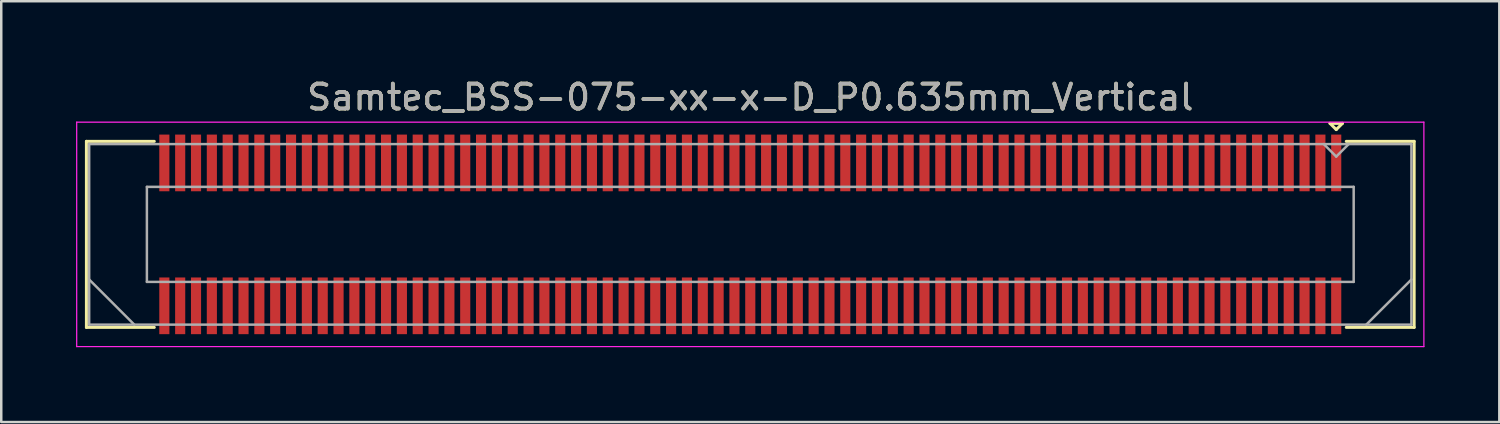
<source format=kicad_pcb>
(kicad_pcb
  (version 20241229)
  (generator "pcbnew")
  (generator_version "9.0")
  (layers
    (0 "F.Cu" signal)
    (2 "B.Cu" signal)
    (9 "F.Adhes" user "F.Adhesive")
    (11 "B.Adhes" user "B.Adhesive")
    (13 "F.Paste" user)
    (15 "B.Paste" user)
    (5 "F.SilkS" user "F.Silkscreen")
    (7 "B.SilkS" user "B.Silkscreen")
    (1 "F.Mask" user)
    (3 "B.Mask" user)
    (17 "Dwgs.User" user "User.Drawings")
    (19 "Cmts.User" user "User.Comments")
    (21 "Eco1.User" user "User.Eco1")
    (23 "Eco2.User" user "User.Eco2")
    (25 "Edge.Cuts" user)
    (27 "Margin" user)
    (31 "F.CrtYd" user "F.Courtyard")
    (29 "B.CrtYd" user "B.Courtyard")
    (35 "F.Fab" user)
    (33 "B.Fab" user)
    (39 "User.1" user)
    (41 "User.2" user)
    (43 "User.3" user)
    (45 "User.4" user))
  (footprint "Samtec_BSS-075-xx-x-D_P0.635mm_Vertical"
    (layer "F.Cu")
    (at 27.035 6.348)
    (property "Reference" "Samtec_BSS-075-xx-x-D_P0.635mm_Vertical" (at 0 -5.5 0) (layer "F.SilkS") (effects (font (size 1 1) (thickness 0.15))))
    (attr smd)
    (fp_line (start -26.62 -3.73) (end -23.898 -3.73) (stroke (width 0.12) (type solid)) (layer "F.SilkS"))
    (fp_line (start -26.62 3.73) (end -26.62 -3.73) (stroke (width 0.12) (type solid)) (layer "F.SilkS"))
    (fp_line (start -23.898 3.73) (end -26.62 3.73) (stroke (width 0.12) (type solid)) (layer "F.SilkS"))
    (fp_line (start 23.245 -4.452) (end 23.745 -4.452) (stroke (width 0.12) (type solid)) (layer "F.SilkS"))
    (fp_line (start 23.495 -4.202) (end 23.245 -4.452) (stroke (width 0.12) (type solid)) (layer "F.SilkS"))
    (fp_line (start 23.745 -4.452) (end 23.495 -4.202) (stroke (width 0.12) (type solid)) (layer "F.SilkS"))
    (fp_line (start 23.898 3.73) (end 26.62 3.73) (stroke (width 0.12) (type solid)) (layer "F.SilkS"))
    (fp_line (start 26.62 -3.73) (end 23.898 -3.73) (stroke (width 0.12) (type solid)) (layer "F.SilkS"))
    (fp_line (start 26.62 3.73) (end 26.62 -3.73) (stroke (width 0.12) (type solid)) (layer "F.SilkS"))
    (fp_line (start -27.01 -4.5) (end -27.01 4.5) (stroke (width 0.05) (type solid)) (layer "F.CrtYd"))
    (fp_line (start -27.01 4.5) (end 27.01 4.5) (stroke (width 0.05) (type solid)) (layer "F.CrtYd"))
    (fp_line (start 27.01 -4.5) (end -27.01 -4.5) (stroke (width 0.05) (type solid)) (layer "F.CrtYd"))
    (fp_line (start 27.01 4.5) (end 27.01 -4.5) (stroke (width 0.05) (type solid)) (layer "F.CrtYd"))
    (fp_line (start -26.51 -3.62) (end -26.51 3.62) (stroke (width 0.1) (type solid)) (layer "F.Fab"))
    (fp_line (start -26.51 1.81) (end -24.7 3.62) (stroke (width 0.1) (type solid)) (layer "F.Fab"))
    (fp_line (start -26.51 3.62) (end 26.51 3.62) (stroke (width 0.1) (type solid)) (layer "F.Fab"))
    (fp_line (start -24.195 -1.905) (end -24.195 1.905) (stroke (width 0.1) (type solid)) (layer "F.Fab"))
    (fp_line (start -24.195 1.905) (end 24.195 1.905) (stroke (width 0.1) (type solid)) (layer "F.Fab"))
    (fp_line (start 23.495 -3.12) (end 22.995 -3.62) (stroke (width 0.1) (type solid)) (layer "F.Fab"))
    (fp_line (start 23.995 -3.62) (end 23.495 -3.12) (stroke (width 0.1) (type solid)) (layer "F.Fab"))
    (fp_line (start 24.195 -1.905) (end -24.195 -1.905) (stroke (width 0.1) (type solid)) (layer "F.Fab"))
    (fp_line (start 24.195 1.905) (end 24.195 -1.905) (stroke (width 0.1) (type solid)) (layer "F.Fab"))
    (fp_line (start 26.51 -3.62) (end -26.51 -3.62) (stroke (width 0.1) (type solid)) (layer "F.Fab"))
    (fp_line (start 26.51 1.81) (end 24.7 3.62) (stroke (width 0.1) (type solid)) (layer "F.Fab"))
    (fp_line (start 26.51 3.62) (end 26.51 -3.62) (stroke (width 0.1) (type solid)) (layer "F.Fab"))
    (fp_text user "${REFERENCE}" (at 0 -5.5 0) (layer "F.Fab") (effects (font (size 1 1) (thickness 0.15))))
    (pad "1" smd rect (at 23.495 -2.865) (size 0.406 2.273) (layers "F.Cu" "F.Mask" "F.Paste"))
    (pad "2" smd rect (at 23.495 2.865) (size 0.406 2.273) (layers "F.Cu" "F.Mask" "F.Paste"))
    (pad "3" smd rect (at 22.86 -2.865) (size 0.406 2.273) (layers "F.Cu" "F.Mask" "F.Paste"))
    (pad "4" smd rect (at 22.86 2.865) (size 0.406 2.273) (layers "F.Cu" "F.Mask" "F.Paste"))
    (pad "5" smd rect (at 22.225 -2.865) (size 0.406 2.273) (layers "F.Cu" "F.Mask" "F.Paste"))
    (pad "6" smd rect (at 22.225 2.865) (size 0.406 2.273) (layers "F.Cu" "F.Mask" "F.Paste"))
    (pad "7" smd rect (at 21.59 -2.865) (size 0.406 2.273) (layers "F.Cu" "F.Mask" "F.Paste"))
    (pad "8" smd rect (at 21.59 2.865) (size 0.406 2.273) (layers "F.Cu" "F.Mask" "F.Paste"))
    (pad "9" smd rect (at 20.955 -2.865) (size 0.406 2.273) (layers "F.Cu" "F.Mask" "F.Paste"))
    (pad "10" smd rect (at 20.955 2.865) (size 0.406 2.273) (layers "F.Cu" "F.Mask" "F.Paste"))
    (pad "11" smd rect (at 20.32 -2.865) (size 0.406 2.273) (layers "F.Cu" "F.Mask" "F.Paste"))
    (pad "12" smd rect (at 20.32 2.865) (size 0.406 2.273) (layers "F.Cu" "F.Mask" "F.Paste"))
    (pad "13" smd rect (at 19.685 -2.865) (size 0.406 2.273) (layers "F.Cu" "F.Mask" "F.Paste"))
    (pad "14" smd rect (at 19.685 2.865) (size 0.406 2.273) (layers "F.Cu" "F.Mask" "F.Paste"))
    (pad "15" smd rect (at 19.05 -2.865) (size 0.406 2.273) (layers "F.Cu" "F.Mask" "F.Paste"))
    (pad "16" smd rect (at 19.05 2.865) (size 0.406 2.273) (layers "F.Cu" "F.Mask" "F.Paste"))
    (pad "17" smd rect (at 18.415 -2.865) (size 0.406 2.273) (layers "F.Cu" "F.Mask" "F.Paste"))
    (pad "18" smd rect (at 18.415 2.865) (size 0.406 2.273) (layers "F.Cu" "F.Mask" "F.Paste"))
    (pad "19" smd rect (at 17.78 -2.865) (size 0.406 2.273) (layers "F.Cu" "F.Mask" "F.Paste"))
    (pad "20" smd rect (at 17.78 2.865) (size 0.406 2.273) (layers "F.Cu" "F.Mask" "F.Paste"))
    (pad "21" smd rect (at 17.145 -2.865) (size 0.406 2.273) (layers "F.Cu" "F.Mask" "F.Paste"))
    (pad "22" smd rect (at 17.145 2.865) (size 0.406 2.273) (layers "F.Cu" "F.Mask" "F.Paste"))
    (pad "23" smd rect (at 16.51 -2.865) (size 0.406 2.273) (layers "F.Cu" "F.Mask" "F.Paste"))
    (pad "24" smd rect (at 16.51 2.865) (size 0.406 2.273) (layers "F.Cu" "F.Mask" "F.Paste"))
    (pad "25" smd rect (at 15.875 -2.865) (size 0.406 2.273) (layers "F.Cu" "F.Mask" "F.Paste"))
    (pad "26" smd rect (at 15.875 2.865) (size 0.406 2.273) (layers "F.Cu" "F.Mask" "F.Paste"))
    (pad "27" smd rect (at 15.24 -2.865) (size 0.406 2.273) (layers "F.Cu" "F.Mask" "F.Paste"))
    (pad "28" smd rect (at 15.24 2.865) (size 0.406 2.273) (layers "F.Cu" "F.Mask" "F.Paste"))
    (pad "29" smd rect (at 14.605 -2.865) (size 0.406 2.273) (layers "F.Cu" "F.Mask" "F.Paste"))
    (pad "30" smd rect (at 14.605 2.865) (size 0.406 2.273) (layers "F.Cu" "F.Mask" "F.Paste"))
    (pad "31" smd rect (at 13.97 -2.865) (size 0.406 2.273) (layers "F.Cu" "F.Mask" "F.Paste"))
    (pad "32" smd rect (at 13.97 2.865) (size 0.406 2.273) (layers "F.Cu" "F.Mask" "F.Paste"))
    (pad "33" smd rect (at 13.335 -2.865) (size 0.406 2.273) (layers "F.Cu" "F.Mask" "F.Paste"))
    (pad "34" smd rect (at 13.335 2.865) (size 0.406 2.273) (layers "F.Cu" "F.Mask" "F.Paste"))
    (pad "35" smd rect (at 12.7 -2.865) (size 0.406 2.273) (layers "F.Cu" "F.Mask" "F.Paste"))
    (pad "36" smd rect (at 12.7 2.865) (size 0.406 2.273) (layers "F.Cu" "F.Mask" "F.Paste"))
    (pad "37" smd rect (at 12.065 -2.865) (size 0.406 2.273) (layers "F.Cu" "F.Mask" "F.Paste"))
    (pad "38" smd rect (at 12.065 2.865) (size 0.406 2.273) (layers "F.Cu" "F.Mask" "F.Paste"))
    (pad "39" smd rect (at 11.43 -2.865) (size 0.406 2.273) (layers "F.Cu" "F.Mask" "F.Paste"))
    (pad "40" smd rect (at 11.43 2.865) (size 0.406 2.273) (layers "F.Cu" "F.Mask" "F.Paste"))
    (pad "41" smd rect (at 10.795 -2.865) (size 0.406 2.273) (layers "F.Cu" "F.Mask" "F.Paste"))
    (pad "42" smd rect (at 10.795 2.865) (size 0.406 2.273) (layers "F.Cu" "F.Mask" "F.Paste"))
    (pad "43" smd rect (at 10.16 -2.865) (size 0.406 2.273) (layers "F.Cu" "F.Mask" "F.Paste"))
    (pad "44" smd rect (at 10.16 2.865) (size 0.406 2.273) (layers "F.Cu" "F.Mask" "F.Paste"))
    (pad "45" smd rect (at 9.525 -2.865) (size 0.406 2.273) (layers "F.Cu" "F.Mask" "F.Paste"))
    (pad "46" smd rect (at 9.525 2.865) (size 0.406 2.273) (layers "F.Cu" "F.Mask" "F.Paste"))
    (pad "47" smd rect (at 8.89 -2.865) (size 0.406 2.273) (layers "F.Cu" "F.Mask" "F.Paste"))
    (pad "48" smd rect (at 8.89 2.865) (size 0.406 2.273) (layers "F.Cu" "F.Mask" "F.Paste"))
    (pad "49" smd rect (at 8.255 -2.865) (size 0.406 2.273) (layers "F.Cu" "F.Mask" "F.Paste"))
    (pad "50" smd rect (at 8.255 2.865) (size 0.406 2.273) (layers "F.Cu" "F.Mask" "F.Paste"))
    (pad "51" smd rect (at 7.62 -2.865) (size 0.406 2.273) (layers "F.Cu" "F.Mask" "F.Paste"))
    (pad "52" smd rect (at 7.62 2.865) (size 0.406 2.273) (layers "F.Cu" "F.Mask" "F.Paste"))
    (pad "53" smd rect (at 6.985 -2.865) (size 0.406 2.273) (layers "F.Cu" "F.Mask" "F.Paste"))
    (pad "54" smd rect (at 6.985 2.865) (size 0.406 2.273) (layers "F.Cu" "F.Mask" "F.Paste"))
    (pad "55" smd rect (at 6.35 -2.865) (size 0.406 2.273) (layers "F.Cu" "F.Mask" "F.Paste"))
    (pad "56" smd rect (at 6.35 2.865) (size 0.406 2.273) (layers "F.Cu" "F.Mask" "F.Paste"))
    (pad "57" smd rect (at 5.715 -2.865) (size 0.406 2.273) (layers "F.Cu" "F.Mask" "F.Paste"))
    (pad "58" smd rect (at 5.715 2.865) (size 0.406 2.273) (layers "F.Cu" "F.Mask" "F.Paste"))
    (pad "59" smd rect (at 5.08 -2.865) (size 0.406 2.273) (layers "F.Cu" "F.Mask" "F.Paste"))
    (pad "60" smd rect (at 5.08 2.865) (size 0.406 2.273) (layers "F.Cu" "F.Mask" "F.Paste"))
    (pad "61" smd rect (at 4.445 -2.865) (size 0.406 2.273) (layers "F.Cu" "F.Mask" "F.Paste"))
    (pad "62" smd rect (at 4.445 2.865) (size 0.406 2.273) (layers "F.Cu" "F.Mask" "F.Paste"))
    (pad "63" smd rect (at 3.81 -2.865) (size 0.406 2.273) (layers "F.Cu" "F.Mask" "F.Paste"))
    (pad "64" smd rect (at 3.81 2.865) (size 0.406 2.273) (layers "F.Cu" "F.Mask" "F.Paste"))
    (pad "65" smd rect (at 3.175 -2.865) (size 0.406 2.273) (layers "F.Cu" "F.Mask" "F.Paste"))
    (pad "66" smd rect (at 3.175 2.865) (size 0.406 2.273) (layers "F.Cu" "F.Mask" "F.Paste"))
    (pad "67" smd rect (at 2.54 -2.865) (size 0.406 2.273) (layers "F.Cu" "F.Mask" "F.Paste"))
    (pad "68" smd rect (at 2.54 2.865) (size 0.406 2.273) (layers "F.Cu" "F.Mask" "F.Paste"))
    (pad "69" smd rect (at 1.905 -2.865) (size 0.406 2.273) (layers "F.Cu" "F.Mask" "F.Paste"))
    (pad "70" smd rect (at 1.905 2.865) (size 0.406 2.273) (layers "F.Cu" "F.Mask" "F.Paste"))
    (pad "71" smd rect (at 1.27 -2.865) (size 0.406 2.273) (layers "F.Cu" "F.Mask" "F.Paste"))
    (pad "72" smd rect (at 1.27 2.865) (size 0.406 2.273) (layers "F.Cu" "F.Mask" "F.Paste"))
    (pad "73" smd rect (at 0.635 -2.865) (size 0.406 2.273) (layers "F.Cu" "F.Mask" "F.Paste"))
    (pad "74" smd rect (at 0.635 2.865) (size 0.406 2.273) (layers "F.Cu" "F.Mask" "F.Paste"))
    (pad "75" smd rect (at 0 -2.865) (size 0.406 2.273) (layers "F.Cu" "F.Mask" "F.Paste"))
    (pad "76" smd rect (at 0 2.865) (size 0.406 2.273) (layers "F.Cu" "F.Mask" "F.Paste"))
    (pad "77" smd rect (at -0.635 -2.865) (size 0.406 2.273) (layers "F.Cu" "F.Mask" "F.Paste"))
    (pad "78" smd rect (at -0.635 2.865) (size 0.406 2.273) (layers "F.Cu" "F.Mask" "F.Paste"))
    (pad "79" smd rect (at -1.27 -2.865) (size 0.406 2.273) (layers "F.Cu" "F.Mask" "F.Paste"))
    (pad "80" smd rect (at -1.27 2.865) (size 0.406 2.273) (layers "F.Cu" "F.Mask" "F.Paste"))
    (pad "81" smd rect (at -1.905 -2.865) (size 0.406 2.273) (layers "F.Cu" "F.Mask" "F.Paste"))
    (pad "82" smd rect (at -1.905 2.865) (size 0.406 2.273) (layers "F.Cu" "F.Mask" "F.Paste"))
    (pad "83" smd rect (at -2.54 -2.865) (size 0.406 2.273) (layers "F.Cu" "F.Mask" "F.Paste"))
    (pad "84" smd rect (at -2.54 2.865) (size 0.406 2.273) (layers "F.Cu" "F.Mask" "F.Paste"))
    (pad "85" smd rect (at -3.175 -2.865) (size 0.406 2.273) (layers "F.Cu" "F.Mask" "F.Paste"))
    (pad "86" smd rect (at -3.175 2.865) (size 0.406 2.273) (layers "F.Cu" "F.Mask" "F.Paste"))
    (pad "87" smd rect (at -3.81 -2.865) (size 0.406 2.273) (layers "F.Cu" "F.Mask" "F.Paste"))
    (pad "88" smd rect (at -3.81 2.865) (size 0.406 2.273) (layers "F.Cu" "F.Mask" "F.Paste"))
    (pad "89" smd rect (at -4.445 -2.865) (size 0.406 2.273) (layers "F.Cu" "F.Mask" "F.Paste"))
    (pad "90" smd rect (at -4.445 2.865) (size 0.406 2.273) (layers "F.Cu" "F.Mask" "F.Paste"))
    (pad "91" smd rect (at -5.08 -2.865) (size 0.406 2.273) (layers "F.Cu" "F.Mask" "F.Paste"))
    (pad "92" smd rect (at -5.08 2.865) (size 0.406 2.273) (layers "F.Cu" "F.Mask" "F.Paste"))
    (pad "93" smd rect (at -5.715 -2.865) (size 0.406 2.273) (layers "F.Cu" "F.Mask" "F.Paste"))
    (pad "94" smd rect (at -5.715 2.865) (size 0.406 2.273) (layers "F.Cu" "F.Mask" "F.Paste"))
    (pad "95" smd rect (at -6.35 -2.865) (size 0.406 2.273) (layers "F.Cu" "F.Mask" "F.Paste"))
    (pad "96" smd rect (at -6.35 2.865) (size 0.406 2.273) (layers "F.Cu" "F.Mask" "F.Paste"))
    (pad "97" smd rect (at -6.985 -2.865) (size 0.406 2.273) (layers "F.Cu" "F.Mask" "F.Paste"))
    (pad "98" smd rect (at -6.985 2.865) (size 0.406 2.273) (layers "F.Cu" "F.Mask" "F.Paste"))
    (pad "99" smd rect (at -7.62 -2.865) (size 0.406 2.273) (layers "F.Cu" "F.Mask" "F.Paste"))
    (pad "100" smd rect (at -7.62 2.865) (size 0.406 2.273) (layers "F.Cu" "F.Mask" "F.Paste"))
    (pad "101" smd rect (at -8.255 -2.865) (size 0.406 2.273) (layers "F.Cu" "F.Mask" "F.Paste"))
    (pad "102" smd rect (at -8.255 2.865) (size 0.406 2.273) (layers "F.Cu" "F.Mask" "F.Paste"))
    (pad "103" smd rect (at -8.89 -2.865) (size 0.406 2.273) (layers "F.Cu" "F.Mask" "F.Paste"))
    (pad "104" smd rect (at -8.89 2.865) (size 0.406 2.273) (layers "F.Cu" "F.Mask" "F.Paste"))
    (pad "105" smd rect (at -9.525 -2.865) (size 0.406 2.273) (layers "F.Cu" "F.Mask" "F.Paste"))
    (pad "106" smd rect (at -9.525 2.865) (size 0.406 2.273) (layers "F.Cu" "F.Mask" "F.Paste"))
    (pad "107" smd rect (at -10.16 -2.865) (size 0.406 2.273) (layers "F.Cu" "F.Mask" "F.Paste"))
    (pad "108" smd rect (at -10.16 2.865) (size 0.406 2.273) (layers "F.Cu" "F.Mask" "F.Paste"))
    (pad "109" smd rect (at -10.795 -2.865) (size 0.406 2.273) (layers "F.Cu" "F.Mask" "F.Paste"))
    (pad "110" smd rect (at -10.795 2.865) (size 0.406 2.273) (layers "F.Cu" "F.Mask" "F.Paste"))
    (pad "111" smd rect (at -11.43 -2.865) (size 0.406 2.273) (layers "F.Cu" "F.Mask" "F.Paste"))
    (pad "112" smd rect (at -11.43 2.865) (size 0.406 2.273) (layers "F.Cu" "F.Mask" "F.Paste"))
    (pad "113" smd rect (at -12.065 -2.865) (size 0.406 2.273) (layers "F.Cu" "F.Mask" "F.Paste"))
    (pad "114" smd rect (at -12.065 2.865) (size 0.406 2.273) (layers "F.Cu" "F.Mask" "F.Paste"))
    (pad "115" smd rect (at -12.7 -2.865) (size 0.406 2.273) (layers "F.Cu" "F.Mask" "F.Paste"))
    (pad "116" smd rect (at -12.7 2.865) (size 0.406 2.273) (layers "F.Cu" "F.Mask" "F.Paste"))
    (pad "117" smd rect (at -13.335 -2.865) (size 0.406 2.273) (layers "F.Cu" "F.Mask" "F.Paste"))
    (pad "118" smd rect (at -13.335 2.865) (size 0.406 2.273) (layers "F.Cu" "F.Mask" "F.Paste"))
    (pad "119" smd rect (at -13.97 -2.865) (size 0.406 2.273) (layers "F.Cu" "F.Mask" "F.Paste"))
    (pad "120" smd rect (at -13.97 2.865) (size 0.406 2.273) (layers "F.Cu" "F.Mask" "F.Paste"))
    (pad "121" smd rect (at -14.605 -2.865) (size 0.406 2.273) (layers "F.Cu" "F.Mask" "F.Paste"))
    (pad "122" smd rect (at -14.605 2.865) (size 0.406 2.273) (layers "F.Cu" "F.Mask" "F.Paste"))
    (pad "123" smd rect (at -15.24 -2.865) (size 0.406 2.273) (layers "F.Cu" "F.Mask" "F.Paste"))
    (pad "124" smd rect (at -15.24 2.865) (size 0.406 2.273) (layers "F.Cu" "F.Mask" "F.Paste"))
    (pad "125" smd rect (at -15.875 -2.865) (size 0.406 2.273) (layers "F.Cu" "F.Mask" "F.Paste"))
    (pad "126" smd rect (at -15.875 2.865) (size 0.406 2.273) (layers "F.Cu" "F.Mask" "F.Paste"))
    (pad "127" smd rect (at -16.51 -2.865) (size 0.406 2.273) (layers "F.Cu" "F.Mask" "F.Paste"))
    (pad "128" smd rect (at -16.51 2.865) (size 0.406 2.273) (layers "F.Cu" "F.Mask" "F.Paste"))
    (pad "129" smd rect (at -17.145 -2.865) (size 0.406 2.273) (layers "F.Cu" "F.Mask" "F.Paste"))
    (pad "130" smd rect (at -17.145 2.865) (size 0.406 2.273) (layers "F.Cu" "F.Mask" "F.Paste"))
    (pad "131" smd rect (at -17.78 -2.865) (size 0.406 2.273) (layers "F.Cu" "F.Mask" "F.Paste"))
    (pad "132" smd rect (at -17.78 2.865) (size 0.406 2.273) (layers "F.Cu" "F.Mask" "F.Paste"))
    (pad "133" smd rect (at -18.415 -2.865) (size 0.406 2.273) (layers "F.Cu" "F.Mask" "F.Paste"))
    (pad "134" smd rect (at -18.415 2.865) (size 0.406 2.273) (layers "F.Cu" "F.Mask" "F.Paste"))
    (pad "135" smd rect (at -19.05 -2.865) (size 0.406 2.273) (layers "F.Cu" "F.Mask" "F.Paste"))
    (pad "136" smd rect (at -19.05 2.865) (size 0.406 2.273) (layers "F.Cu" "F.Mask" "F.Paste"))
    (pad "137" smd rect (at -19.685 -2.865) (size 0.406 2.273) (layers "F.Cu" "F.Mask" "F.Paste"))
    (pad "138" smd rect (at -19.685 2.865) (size 0.406 2.273) (layers "F.Cu" "F.Mask" "F.Paste"))
    (pad "139" smd rect (at -20.32 -2.865) (size 0.406 2.273) (layers "F.Cu" "F.Mask" "F.Paste"))
    (pad "140" smd rect (at -20.32 2.865) (size 0.406 2.273) (layers "F.Cu" "F.Mask" "F.Paste"))
    (pad "141" smd rect (at -20.955 -2.865) (size 0.406 2.273) (layers "F.Cu" "F.Mask" "F.Paste"))
    (pad "142" smd rect (at -20.955 2.865) (size 0.406 2.273) (layers "F.Cu" "F.Mask" "F.Paste"))
    (pad "143" smd rect (at -21.59 -2.865) (size 0.406 2.273) (layers "F.Cu" "F.Mask" "F.Paste"))
    (pad "144" smd rect (at -21.59 2.865) (size 0.406 2.273) (layers "F.Cu" "F.Mask" "F.Paste"))
    (pad "145" smd rect (at -22.225 -2.865) (size 0.406 2.273) (layers "F.Cu" "F.Mask" "F.Paste"))
    (pad "146" smd rect (at -22.225 2.865) (size 0.406 2.273) (layers "F.Cu" "F.Mask" "F.Paste"))
    (pad "147" smd rect (at -22.86 -2.865) (size 0.406 2.273) (layers "F.Cu" "F.Mask" "F.Paste"))
    (pad "148" smd rect (at -22.86 2.865) (size 0.406 2.273) (layers "F.Cu" "F.Mask" "F.Paste"))
    (pad "149" smd rect (at -23.495 -2.865) (size 0.406 2.273) (layers "F.Cu" "F.Mask" "F.Paste"))
    (pad "150" smd rect (at -23.495 2.865) (size 0.406 2.273) (layers "F.Cu" "F.Mask" "F.Paste")))
  (gr_rect
    (start -3 -3)
    (end 57.07 13.873)
    (stroke (width 0.1) (type default))
    (fill no)
    (layer "Edge.Cuts")))
</source>
